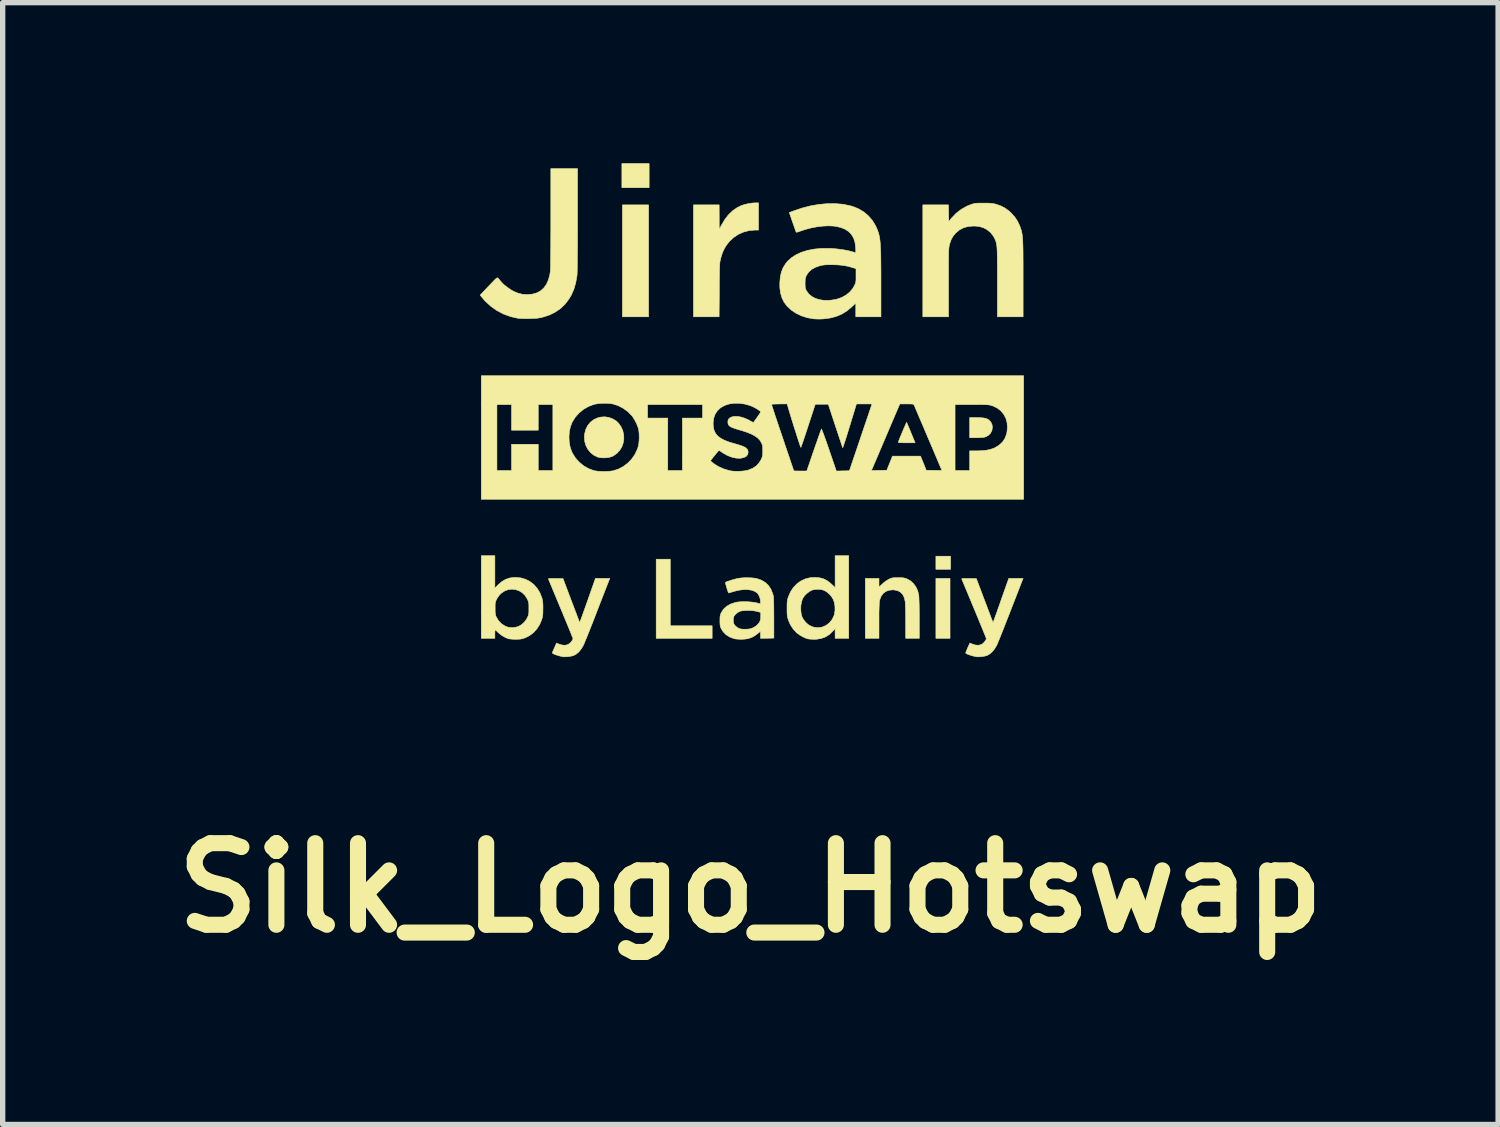
<source format=kicad_pcb>
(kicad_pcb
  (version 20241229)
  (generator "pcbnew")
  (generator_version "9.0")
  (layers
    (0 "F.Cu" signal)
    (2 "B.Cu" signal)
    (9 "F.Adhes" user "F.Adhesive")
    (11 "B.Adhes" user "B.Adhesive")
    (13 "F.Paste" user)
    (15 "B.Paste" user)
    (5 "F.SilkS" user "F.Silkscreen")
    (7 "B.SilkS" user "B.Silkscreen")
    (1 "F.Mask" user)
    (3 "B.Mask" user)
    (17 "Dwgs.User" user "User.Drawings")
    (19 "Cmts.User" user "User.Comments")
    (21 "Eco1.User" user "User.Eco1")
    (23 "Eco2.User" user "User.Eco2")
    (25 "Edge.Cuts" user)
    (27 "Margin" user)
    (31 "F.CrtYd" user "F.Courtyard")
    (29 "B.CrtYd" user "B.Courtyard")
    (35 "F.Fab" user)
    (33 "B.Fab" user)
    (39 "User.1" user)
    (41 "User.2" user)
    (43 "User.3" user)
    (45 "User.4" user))
  (footprint "Silk_Logo_Hotswap"
    (layer "F.Cu")
    (at 10.966 13.533)
    (property "Reference" "Silk_Logo_Hotswap" (at 0 0 0) (layer "F.SilkS") (effects (font (size 1.524 1.524) (thickness 0.3))))
    (attr through_hole)
    (fp_poly (pts (xy -1.902 -10.666) (xy -2.391 -10.666) (xy -2.391 -12.756) (xy -1.902 -12.756) (xy -1.902 -10.666)) (stroke (width 0.01) (type solid)) (fill yes) (layer "F.SilkS"))
    (fp_poly (pts (xy -1.892 -13.077) (xy -2.401 -13.077) (xy -2.401 -13.528) (xy -1.892 -13.528) (xy -1.892 -13.077)) (stroke (width 0.01) (type solid)) (fill yes) (layer "F.SilkS"))
    (fp_poly (pts (xy 3.728 -4.66) (xy 3.464 -4.66) (xy 3.464 -5.78) (xy 3.728 -5.78) (xy 3.728 -4.66)) (stroke (width 0.01) (type solid)) (fill yes) (layer "F.SilkS"))
    (fp_poly (pts (xy 3.738 -5.95) (xy 3.464 -5.95) (xy 3.464 -6.195) (xy 3.738 -6.195) (xy 3.738 -5.95)) (stroke (width 0.01) (type solid)) (fill yes) (layer "F.SilkS"))
    (fp_poly (pts (xy -1.497 -4.895) (xy -0.715 -4.895) (xy -0.715 -4.66) (xy -1.76 -4.66) (xy -1.76 -6.138) (xy -1.497 -6.138) (xy -1.497 -4.895)) (stroke (width 0.01) (type solid)) (fill yes) (layer "F.SilkS"))
    (fp_poly (pts (xy 4.294 -8.782) (xy 4.351 -8.777) (xy 4.396 -8.768) (xy 4.43 -8.755) (xy 4.458 -8.735) (xy 4.469 -8.725) (xy 4.499 -8.686) (xy 4.515 -8.644) (xy 4.519 -8.598) (xy 4.51 -8.541) (xy 4.485 -8.492) (xy 4.446 -8.452) (xy 4.395 -8.425) (xy 4.368 -8.417) (xy 4.342 -8.413) (xy 4.302 -8.41) (xy 4.255 -8.408) (xy 4.211 -8.407) (xy 4.095 -8.407) (xy 4.095 -8.784) (xy 4.221 -8.784) (xy 4.294 -8.782)) (stroke (width 0.01) (type solid)) (fill yes) (layer "F.SilkS"))
    (fp_poly (pts (xy 2.922 -8.684) (xy 2.933 -8.66) (xy 2.948 -8.623) (xy 2.968 -8.576) (xy 2.99 -8.523) (xy 2.999 -8.501) (xy 3.076 -8.313) (xy 2.916 -8.313) (xy 2.858 -8.313) (xy 2.816 -8.314) (xy 2.788 -8.315) (xy 2.771 -8.317) (xy 2.763 -8.321) (xy 2.762 -8.325) (xy 2.763 -8.329) (xy 2.777 -8.366) (xy 2.794 -8.41) (xy 2.815 -8.459) (xy 2.836 -8.51) (xy 2.857 -8.56) (xy 2.877 -8.606) (xy 2.894 -8.645) (xy 2.907 -8.675) (xy 2.915 -8.691) (xy 2.917 -8.694) (xy 2.922 -8.684)) (stroke (width 0.01) (type solid)) (fill yes) (layer "F.SilkS"))
    (fp_poly (pts (xy -2.642 -8.786) (xy -2.57 -8.759) (xy -2.505 -8.719) (xy -2.465 -8.681) (xy -2.417 -8.613) (xy -2.384 -8.54) (xy -2.367 -8.463) (xy -2.364 -8.386) (xy -2.376 -8.31) (xy -2.401 -8.238) (xy -2.441 -8.172) (xy -2.493 -8.116) (xy -2.558 -8.07) (xy -2.578 -8.06) (xy -2.626 -8.044) (xy -2.684 -8.034) (xy -2.746 -8.031) (xy -2.804 -8.035) (xy -2.852 -8.046) (xy -2.925 -8.081) (xy -2.987 -8.131) (xy -3.037 -8.193) (xy -3.074 -8.264) (xy -3.096 -8.342) (xy -3.102 -8.425) (xy -3.097 -8.477) (xy -3.076 -8.561) (xy -3.04 -8.634) (xy -2.99 -8.696) (xy -2.928 -8.744) (xy -2.855 -8.778) (xy -2.795 -8.793) (xy -2.719 -8.798) (xy -2.642 -8.786)) (stroke (width 0.01) (type solid)) (fill yes) (layer "F.SilkS"))
    (fp_poly (pts (xy 0.151 -12.286) (xy 0.089 -12.286) (xy -0.021 -12.277) (xy -0.126 -12.25) (xy -0.224 -12.207) (xy -0.313 -12.148) (xy -0.392 -12.075) (xy -0.453 -11.996) (xy -0.484 -11.944) (xy -0.51 -11.892) (xy -0.532 -11.834) (xy -0.553 -11.764) (xy -0.558 -11.745) (xy -0.562 -11.727) (xy -0.566 -11.71) (xy -0.569 -11.69) (xy -0.572 -11.668) (xy -0.574 -11.64) (xy -0.575 -11.605) (xy -0.577 -11.561) (xy -0.578 -11.507) (xy -0.579 -11.441) (xy -0.58 -11.361) (xy -0.581 -11.265) (xy -0.581 -11.168) (xy -0.585 -10.666) (xy -1.064 -10.666) (xy -1.064 -12.756) (xy -0.584 -12.756) (xy -0.583 -12.528) (xy -0.583 -12.3) (xy -0.543 -12.375) (xy -0.478 -12.484) (xy -0.407 -12.575) (xy -0.328 -12.65) (xy -0.241 -12.709) (xy -0.164 -12.746) (xy -0.102 -12.765) (xy -0.032 -12.781) (xy 0.038 -12.791) (xy 0.089 -12.794) (xy 0.151 -12.794) (xy 0.151 -12.286)) (stroke (width 0.01) (type solid)) (fill yes) (layer "F.SilkS"))
    (fp_poly (pts (xy 2.758 -5.794) (xy 2.81 -5.794) (xy 2.848 -5.791) (xy 2.878 -5.786) (xy 2.906 -5.778) (xy 2.921 -5.772) (xy 2.987 -5.736) (xy 3.044 -5.685) (xy 3.091 -5.621) (xy 3.125 -5.546) (xy 3.144 -5.47) (xy 3.146 -5.446) (xy 3.148 -5.405) (xy 3.15 -5.35) (xy 3.152 -5.282) (xy 3.153 -5.205) (xy 3.154 -5.12) (xy 3.154 -5.034) (xy 3.154 -4.66) (xy 2.9 -4.66) (xy 2.899 -4.973) (xy 2.899 -5.051) (xy 2.898 -5.126) (xy 2.897 -5.196) (xy 2.895 -5.256) (xy 2.893 -5.304) (xy 2.891 -5.339) (xy 2.89 -5.35) (xy 2.873 -5.422) (xy 2.844 -5.48) (xy 2.803 -5.522) (xy 2.751 -5.551) (xy 2.687 -5.564) (xy 2.654 -5.566) (xy 2.584 -5.558) (xy 2.524 -5.534) (xy 2.476 -5.496) (xy 2.439 -5.443) (xy 2.414 -5.376) (xy 2.41 -5.356) (xy 2.408 -5.335) (xy 2.406 -5.298) (xy 2.404 -5.247) (xy 2.402 -5.185) (xy 2.401 -5.115) (xy 2.401 -5.039) (xy 2.401 -4.984) (xy 2.401 -4.66) (xy 2.146 -4.66) (xy 2.146 -5.78) (xy 2.401 -5.78) (xy 2.401 -5.7) (xy 2.401 -5.664) (xy 2.402 -5.637) (xy 2.403 -5.622) (xy 2.403 -5.62) (xy 2.411 -5.626) (xy 2.429 -5.643) (xy 2.453 -5.666) (xy 2.465 -5.678) (xy 2.519 -5.723) (xy 2.576 -5.759) (xy 2.587 -5.765) (xy 2.616 -5.778) (xy 2.639 -5.786) (xy 2.664 -5.791) (xy 2.694 -5.794) (xy 2.735 -5.794) (xy 2.758 -5.794)) (stroke (width 0.01) (type solid)) (fill yes) (layer "F.SilkS"))
    (fp_poly (pts (xy -3.229 -12.476) (xy -3.229 -12.309) (xy -3.23 -12.154) (xy -3.23 -12.012) (xy -3.231 -11.884) (xy -3.232 -11.771) (xy -3.233 -11.672) (xy -3.234 -11.59) (xy -3.235 -11.524) (xy -3.237 -11.476) (xy -3.238 -11.445) (xy -3.239 -11.438) (xy -3.262 -11.305) (xy -3.296 -11.185) (xy -3.344 -11.075) (xy -3.394 -10.991) (xy -3.467 -10.897) (xy -3.553 -10.816) (xy -3.651 -10.75) (xy -3.761 -10.697) (xy -3.874 -10.661) (xy -3.914 -10.651) (xy -3.951 -10.644) (xy -3.99 -10.639) (xy -4.036 -10.636) (xy -4.093 -10.634) (xy -4.128 -10.633) (xy -4.186 -10.633) (xy -4.242 -10.633) (xy -4.291 -10.635) (xy -4.329 -10.637) (xy -4.344 -10.639) (xy -4.481 -10.67) (xy -4.612 -10.718) (xy -4.736 -10.783) (xy -4.849 -10.863) (xy -4.953 -10.958) (xy -5.012 -11.027) (xy -5.048 -11.071) (xy -4.907 -11.22) (xy -4.854 -11.275) (xy -4.813 -11.318) (xy -4.782 -11.351) (xy -4.759 -11.373) (xy -4.742 -11.387) (xy -4.73 -11.393) (xy -4.721 -11.393) (xy -4.714 -11.388) (xy -4.706 -11.379) (xy -4.697 -11.369) (xy -4.675 -11.343) (xy -4.655 -11.318) (xy -4.649 -11.312) (xy -4.626 -11.287) (xy -4.591 -11.256) (xy -4.548 -11.223) (xy -4.503 -11.19) (xy -4.46 -11.162) (xy -4.425 -11.142) (xy -4.339 -11.106) (xy -4.254 -11.086) (xy -4.168 -11.081) (xy -4.075 -11.089) (xy -3.992 -11.112) (xy -3.92 -11.15) (xy -3.86 -11.204) (xy -3.81 -11.272) (xy -3.773 -11.355) (xy -3.747 -11.451) (xy -3.738 -11.512) (xy -3.736 -11.535) (xy -3.735 -11.576) (xy -3.733 -11.633) (xy -3.732 -11.706) (xy -3.731 -11.793) (xy -3.73 -11.893) (xy -3.729 -12.006) (xy -3.729 -12.131) (xy -3.728 -12.265) (xy -3.728 -12.408) (xy -3.728 -12.514) (xy -3.728 -13.434) (xy -3.229 -13.434) (xy -3.229 -12.476)) (stroke (width 0.01) (type solid)) (fill yes) (layer "F.SilkS"))
    (fp_poly (pts (xy 1.836 -4.66) (xy 1.582 -4.66) (xy 1.581 -4.844) (xy 1.539 -4.795) (xy 1.473 -4.731) (xy 1.399 -4.685) (xy 1.317 -4.656) (xy 1.227 -4.643) (xy 1.194 -4.642) (xy 1.15 -4.644) (xy 1.11 -4.646) (xy 1.079 -4.65) (xy 1.071 -4.651) (xy 1.028 -4.666) (xy 0.977 -4.69) (xy 0.925 -4.72) (xy 0.878 -4.753) (xy 0.86 -4.768) (xy 0.798 -4.835) (xy 0.746 -4.915) (xy 0.709 -5.002) (xy 0.699 -5.034) (xy 0.692 -5.063) (xy 0.688 -5.091) (xy 0.685 -5.126) (xy 0.684 -5.17) (xy 0.684 -5.197) (xy 0.94 -5.197) (xy 0.947 -5.125) (xy 0.964 -5.062) (xy 0.969 -5.051) (xy 0.993 -5.01) (xy 1.027 -4.966) (xy 1.067 -4.927) (xy 1.1 -4.903) (xy 1.164 -4.874) (xy 1.235 -4.86) (xy 1.307 -4.864) (xy 1.343 -4.872) (xy 1.412 -4.902) (xy 1.472 -4.947) (xy 1.521 -5.005) (xy 1.557 -5.073) (xy 1.568 -5.107) (xy 1.58 -5.181) (xy 1.579 -5.258) (xy 1.566 -5.333) (xy 1.549 -5.383) (xy 1.517 -5.437) (xy 1.473 -5.488) (xy 1.422 -5.53) (xy 1.377 -5.556) (xy 1.325 -5.572) (xy 1.265 -5.577) (xy 1.202 -5.573) (xy 1.151 -5.561) (xy 1.102 -5.536) (xy 1.054 -5.499) (xy 1.01 -5.455) (xy 0.978 -5.407) (xy 0.975 -5.401) (xy 0.954 -5.341) (xy 0.942 -5.271) (xy 0.94 -5.197) (xy 0.684 -5.197) (xy 0.684 -5.22) (xy 0.684 -5.277) (xy 0.685 -5.32) (xy 0.688 -5.353) (xy 0.693 -5.382) (xy 0.7 -5.41) (xy 0.709 -5.437) (xy 0.749 -5.529) (xy 0.802 -5.61) (xy 0.867 -5.678) (xy 0.942 -5.732) (xy 1.027 -5.771) (xy 1.119 -5.794) (xy 1.196 -5.799) (xy 1.283 -5.793) (xy 1.358 -5.775) (xy 1.428 -5.741) (xy 1.494 -5.691) (xy 1.518 -5.669) (xy 1.582 -5.608) (xy 1.582 -6.204) (xy 1.836 -6.204) (xy 1.836 -4.66)) (stroke (width 0.01) (type solid)) (fill yes) (layer "F.SilkS"))
    (fp_poly (pts (xy -2.646 -5.731) (xy -2.653 -5.713) (xy -2.666 -5.68) (xy -2.685 -5.632) (xy -2.708 -5.572) (xy -2.736 -5.501) (xy -2.767 -5.421) (xy -2.801 -5.334) (xy -2.837 -5.241) (xy -2.875 -5.143) (xy -2.876 -5.139) (xy -2.914 -5.041) (xy -2.951 -4.946) (xy -2.987 -4.857) (xy -3.019 -4.774) (xy -3.049 -4.7) (xy -3.075 -4.637) (xy -3.096 -4.586) (xy -3.111 -4.549) (xy -3.121 -4.528) (xy -3.161 -4.461) (xy -3.207 -4.405) (xy -3.258 -4.363) (xy -3.301 -4.34) (xy -3.342 -4.329) (xy -3.391 -4.32) (xy -3.441 -4.316) (xy -3.485 -4.315) (xy -3.502 -4.317) (xy -3.551 -4.328) (xy -3.598 -4.341) (xy -3.64 -4.355) (xy -3.673 -4.368) (xy -3.694 -4.381) (xy -3.7 -4.389) (xy -3.696 -4.401) (xy -3.686 -4.426) (xy -3.672 -4.46) (xy -3.66 -4.486) (xy -3.621 -4.573) (xy -3.583 -4.556) (xy -3.521 -4.536) (xy -3.464 -4.531) (xy -3.413 -4.543) (xy -3.406 -4.546) (xy -3.38 -4.563) (xy -3.353 -4.589) (xy -3.331 -4.617) (xy -3.316 -4.643) (xy -3.314 -4.655) (xy -3.317 -4.666) (xy -3.328 -4.692) (xy -3.344 -4.733) (xy -3.365 -4.786) (xy -3.392 -4.851) (xy -3.422 -4.925) (xy -3.457 -5.008) (xy -3.494 -5.098) (xy -3.533 -5.193) (xy -3.541 -5.211) (xy -3.581 -5.307) (xy -3.619 -5.398) (xy -3.654 -5.483) (xy -3.686 -5.559) (xy -3.713 -5.626) (xy -3.737 -5.682) (xy -3.755 -5.725) (xy -3.767 -5.755) (xy -3.772 -5.768) (xy -3.773 -5.769) (xy -3.771 -5.774) (xy -3.759 -5.777) (xy -3.736 -5.779) (xy -3.699 -5.779) (xy -3.645 -5.778) (xy -3.639 -5.778) (xy -3.5 -5.776) (xy -3.346 -5.367) (xy -3.314 -5.284) (xy -3.285 -5.206) (xy -3.258 -5.136) (xy -3.235 -5.075) (xy -3.216 -5.024) (xy -3.201 -4.987) (xy -3.192 -4.963) (xy -3.189 -4.955) (xy -3.185 -4.963) (xy -3.176 -4.988) (xy -3.162 -5.026) (xy -3.143 -5.077) (xy -3.121 -5.139) (xy -3.096 -5.21) (xy -3.068 -5.288) (xy -3.04 -5.367) (xy -2.895 -5.78) (xy -2.627 -5.78) (xy -2.646 -5.731)) (stroke (width 0.01) (type solid)) (fill yes) (layer "F.SilkS"))
    (fp_poly (pts (xy 4.416 -12.789) (xy 4.464 -12.788) (xy 4.501 -12.785) (xy 4.532 -12.781) (xy 4.561 -12.775) (xy 4.589 -12.768) (xy 4.678 -12.736) (xy 4.755 -12.697) (xy 4.826 -12.645) (xy 4.873 -12.602) (xy 4.938 -12.529) (xy 4.988 -12.454) (xy 5.028 -12.369) (xy 5.042 -12.332) (xy 5.051 -12.305) (xy 5.059 -12.279) (xy 5.066 -12.252) (xy 5.072 -12.224) (xy 5.077 -12.192) (xy 5.081 -12.156) (xy 5.084 -12.115) (xy 5.087 -12.065) (xy 5.089 -12.007) (xy 5.091 -11.938) (xy 5.092 -11.858) (xy 5.092 -11.765) (xy 5.093 -11.658) (xy 5.093 -11.534) (xy 5.093 -11.394) (xy 5.093 -11.375) (xy 5.093 -10.666) (xy 4.613 -10.666) (xy 4.613 -11.309) (xy 4.613 -11.442) (xy 4.613 -11.558) (xy 4.612 -11.658) (xy 4.612 -11.743) (xy 4.61 -11.815) (xy 4.609 -11.876) (xy 4.607 -11.927) (xy 4.604 -11.969) (xy 4.6 -12.004) (xy 4.595 -12.033) (xy 4.589 -12.057) (xy 4.583 -12.079) (xy 4.575 -12.1) (xy 4.565 -12.12) (xy 4.556 -12.14) (xy 4.525 -12.191) (xy 4.485 -12.239) (xy 4.477 -12.247) (xy 4.416 -12.296) (xy 4.35 -12.33) (xy 4.277 -12.352) (xy 4.192 -12.361) (xy 4.163 -12.361) (xy 4.067 -12.353) (xy 3.981 -12.329) (xy 3.904 -12.289) (xy 3.836 -12.233) (xy 3.787 -12.174) (xy 3.75 -12.109) (xy 3.723 -12.033) (xy 3.718 -12.017) (xy 3.715 -12.002) (xy 3.712 -11.986) (xy 3.709 -11.969) (xy 3.707 -11.948) (xy 3.705 -11.922) (xy 3.703 -11.89) (xy 3.702 -11.851) (xy 3.701 -11.801) (xy 3.701 -11.742) (xy 3.7 -11.67) (xy 3.7 -11.584) (xy 3.7 -11.483) (xy 3.7 -11.365) (xy 3.7 -11.305) (xy 3.7 -10.666) (xy 3.22 -10.666) (xy 3.22 -12.756) (xy 3.699 -12.756) (xy 3.702 -12.602) (xy 3.705 -12.447) (xy 3.755 -12.508) (xy 3.841 -12.598) (xy 3.938 -12.673) (xy 4.045 -12.733) (xy 4.112 -12.76) (xy 4.143 -12.771) (xy 4.168 -12.778) (xy 4.193 -12.784) (xy 4.221 -12.787) (xy 4.256 -12.789) (xy 4.302 -12.789) (xy 4.354 -12.789) (xy 4.416 -12.789)) (stroke (width 0.01) (type solid)) (fill yes) (layer "F.SilkS"))
    (fp_poly (pts (xy 5.073 -5.731) (xy 5.066 -5.713) (xy 5.053 -5.68) (xy 5.035 -5.632) (xy 5.012 -5.572) (xy 4.984 -5.501) (xy 4.953 -5.421) (xy 4.919 -5.334) (xy 4.883 -5.241) (xy 4.845 -5.143) (xy 4.844 -5.139) (xy 4.805 -5.041) (xy 4.768 -4.946) (xy 4.733 -4.857) (xy 4.7 -4.774) (xy 4.671 -4.7) (xy 4.645 -4.637) (xy 4.624 -4.586) (xy 4.609 -4.549) (xy 4.599 -4.528) (xy 4.559 -4.461) (xy 4.512 -4.405) (xy 4.462 -4.363) (xy 4.419 -4.34) (xy 4.378 -4.329) (xy 4.329 -4.32) (xy 4.279 -4.316) (xy 4.235 -4.315) (xy 4.218 -4.317) (xy 4.169 -4.328) (xy 4.122 -4.341) (xy 4.08 -4.355) (xy 4.047 -4.368) (xy 4.026 -4.381) (xy 4.02 -4.389) (xy 4.024 -4.401) (xy 4.034 -4.426) (xy 4.048 -4.46) (xy 4.059 -4.486) (xy 4.099 -4.573) (xy 4.137 -4.556) (xy 4.199 -4.536) (xy 4.256 -4.531) (xy 4.307 -4.543) (xy 4.314 -4.546) (xy 4.34 -4.563) (xy 4.367 -4.589) (xy 4.389 -4.617) (xy 4.403 -4.643) (xy 4.406 -4.655) (xy 4.402 -4.666) (xy 4.392 -4.692) (xy 4.376 -4.733) (xy 4.354 -4.786) (xy 4.328 -4.851) (xy 4.297 -4.925) (xy 4.263 -5.008) (xy 4.226 -5.098) (xy 4.187 -5.193) (xy 4.179 -5.211) (xy 4.139 -5.307) (xy 4.101 -5.398) (xy 4.066 -5.483) (xy 4.034 -5.559) (xy 4.006 -5.626) (xy 3.983 -5.682) (xy 3.965 -5.725) (xy 3.953 -5.755) (xy 3.947 -5.768) (xy 3.947 -5.769) (xy 3.949 -5.774) (xy 3.96 -5.777) (xy 3.984 -5.779) (xy 4.021 -5.779) (xy 4.075 -5.778) (xy 4.081 -5.778) (xy 4.22 -5.776) (xy 4.374 -5.367) (xy 4.406 -5.284) (xy 4.435 -5.206) (xy 4.462 -5.136) (xy 4.485 -5.075) (xy 4.504 -5.024) (xy 4.519 -4.987) (xy 4.528 -4.963) (xy 4.531 -4.955) (xy 4.535 -4.963) (xy 4.544 -4.988) (xy 4.558 -5.026) (xy 4.576 -5.077) (xy 4.599 -5.139) (xy 4.624 -5.21) (xy 4.652 -5.288) (xy 4.679 -5.367) (xy 4.825 -5.78) (xy 4.959 -5.78) (xy 5.093 -5.78) (xy 5.073 -5.731)) (stroke (width 0.01) (type solid)) (fill yes) (layer "F.SilkS"))
    (fp_poly (pts (xy -4.773 -5.598) (xy -4.713 -5.659) (xy -4.645 -5.719) (xy -4.574 -5.761) (xy -4.498 -5.787) (xy -4.414 -5.799) (xy -4.387 -5.799) (xy -4.291 -5.79) (xy -4.202 -5.764) (xy -4.12 -5.723) (xy -4.046 -5.666) (xy -3.984 -5.596) (xy -3.933 -5.513) (xy -3.896 -5.42) (xy -3.891 -5.403) (xy -3.883 -5.368) (xy -3.878 -5.328) (xy -3.875 -5.279) (xy -3.875 -5.215) (xy -3.875 -5.211) (xy -3.876 -5.155) (xy -3.877 -5.113) (xy -3.881 -5.079) (xy -3.887 -5.049) (xy -3.896 -5.017) (xy -3.901 -5.002) (xy -3.938 -4.915) (xy -3.989 -4.837) (xy -4.051 -4.768) (xy -4.123 -4.713) (xy -4.202 -4.672) (xy -4.265 -4.652) (xy -4.301 -4.646) (xy -4.348 -4.643) (xy -4.401 -4.643) (xy -4.452 -4.645) (xy -4.495 -4.649) (xy -4.513 -4.652) (xy -4.564 -4.67) (xy -4.619 -4.699) (xy -4.673 -4.735) (xy -4.714 -4.771) (xy -4.738 -4.795) (xy -4.757 -4.812) (xy -4.768 -4.82) (xy -4.768 -4.82) (xy -4.77 -4.811) (xy -4.772 -4.788) (xy -4.773 -4.755) (xy -4.773 -4.74) (xy -4.773 -4.66) (xy -5.027 -4.66) (xy -5.027 -5.22) (xy -4.768 -5.22) (xy -4.768 -5.169) (xy -4.766 -5.133) (xy -4.762 -5.105) (xy -4.756 -5.082) (xy -4.747 -5.061) (xy -4.705 -4.99) (xy -4.65 -4.933) (xy -4.583 -4.89) (xy -4.535 -4.871) (xy -4.491 -4.863) (xy -4.437 -4.862) (xy -4.382 -4.869) (xy -4.334 -4.882) (xy -4.327 -4.885) (xy -4.273 -4.917) (xy -4.223 -4.963) (xy -4.182 -5.017) (xy -4.165 -5.049) (xy -4.153 -5.075) (xy -4.145 -5.098) (xy -4.141 -5.123) (xy -4.138 -5.155) (xy -4.138 -5.198) (xy -4.138 -5.22) (xy -4.138 -5.269) (xy -4.139 -5.304) (xy -4.143 -5.33) (xy -4.149 -5.352) (xy -4.159 -5.376) (xy -4.168 -5.396) (xy -4.209 -5.461) (xy -4.261 -5.512) (xy -4.321 -5.549) (xy -4.386 -5.571) (xy -4.453 -5.579) (xy -4.522 -5.571) (xy -4.588 -5.547) (xy -4.649 -5.507) (xy -4.672 -5.486) (xy -4.7 -5.454) (xy -4.727 -5.415) (xy -4.741 -5.389) (xy -4.753 -5.364) (xy -4.761 -5.342) (xy -4.765 -5.318) (xy -4.768 -5.288) (xy -4.768 -5.247) (xy -4.768 -5.22) (xy -5.027 -5.22) (xy -5.027 -6.204) (xy -4.773 -6.204) (xy -4.773 -5.598)) (stroke (width 0.01) (type solid)) (fill yes) (layer "F.SilkS"))
    (fp_poly (pts (xy 0.02 -5.79) (xy 0.078 -5.784) (xy 0.122 -5.776) (xy 0.207 -5.746) (xy 0.279 -5.703) (xy 0.337 -5.648) (xy 0.382 -5.579) (xy 0.416 -5.496) (xy 0.421 -5.477) (xy 0.426 -5.46) (xy 0.429 -5.44) (xy 0.432 -5.416) (xy 0.434 -5.385) (xy 0.435 -5.346) (xy 0.436 -5.296) (xy 0.437 -5.234) (xy 0.437 -5.158) (xy 0.438 -5.065) (xy 0.438 -5.041) (xy 0.438 -4.665) (xy 0.313 -4.662) (xy 0.188 -4.66) (xy 0.188 -4.792) (xy 0.136 -4.75) (xy 0.081 -4.709) (xy 0.029 -4.68) (xy -0.028 -4.66) (xy -0.044 -4.655) (xy -0.095 -4.647) (xy -0.156 -4.643) (xy -0.219 -4.644) (xy -0.277 -4.649) (xy -0.308 -4.656) (xy -0.388 -4.686) (xy -0.455 -4.728) (xy -0.509 -4.783) (xy -0.543 -4.838) (xy -0.556 -4.864) (xy -0.563 -4.888) (xy -0.567 -4.914) (xy -0.569 -4.949) (xy -0.57 -4.99) (xy -0.569 -5.001) (xy -0.32 -5.001) (xy -0.317 -4.962) (xy -0.308 -4.929) (xy -0.306 -4.924) (xy -0.282 -4.893) (xy -0.247 -4.864) (xy -0.207 -4.843) (xy -0.202 -4.841) (xy -0.171 -4.834) (xy -0.127 -4.831) (xy -0.078 -4.831) (xy -0.032 -4.834) (xy 0.006 -4.841) (xy 0.011 -4.842) (xy 0.066 -4.866) (xy 0.117 -4.901) (xy 0.156 -4.943) (xy 0.166 -4.958) (xy 0.18 -4.985) (xy 0.188 -5.012) (xy 0.191 -5.046) (xy 0.192 -5.072) (xy 0.193 -5.144) (xy 0.132 -5.162) (xy 0.082 -5.172) (xy 0.023 -5.179) (xy -0.04 -5.182) (xy -0.101 -5.18) (xy -0.154 -5.175) (xy -0.194 -5.166) (xy -0.241 -5.142) (xy -0.282 -5.106) (xy -0.31 -5.068) (xy -0.317 -5.039) (xy -0.32 -5.001) (xy -0.569 -5.001) (xy -0.569 -5.036) (xy -0.567 -5.07) (xy -0.562 -5.095) (xy -0.554 -5.119) (xy -0.543 -5.142) (xy -0.502 -5.206) (xy -0.445 -5.258) (xy -0.374 -5.299) (xy -0.287 -5.329) (xy -0.262 -5.335) (xy -0.208 -5.342) (xy -0.141 -5.345) (xy -0.069 -5.345) (xy 0.004 -5.34) (xy 0.071 -5.332) (xy 0.12 -5.322) (xy 0.188 -5.304) (xy 0.188 -5.351) (xy 0.183 -5.394) (xy 0.169 -5.439) (xy 0.149 -5.48) (xy 0.126 -5.509) (xy 0.126 -5.509) (xy 0.077 -5.54) (xy 0.016 -5.561) (xy -0.057 -5.571) (xy -0.138 -5.57) (xy -0.225 -5.558) (xy -0.317 -5.535) (xy -0.332 -5.53) (xy -0.367 -5.519) (xy -0.393 -5.511) (xy -0.407 -5.509) (xy -0.409 -5.509) (xy -0.415 -5.522) (xy -0.424 -5.547) (xy -0.435 -5.58) (xy -0.446 -5.617) (xy -0.456 -5.653) (xy -0.463 -5.682) (xy -0.467 -5.701) (xy -0.466 -5.705) (xy -0.455 -5.712) (xy -0.429 -5.723) (xy -0.392 -5.735) (xy -0.35 -5.749) (xy -0.305 -5.762) (xy -0.262 -5.773) (xy -0.226 -5.781) (xy -0.174 -5.788) (xy -0.111 -5.792) (xy -0.045 -5.792) (xy 0.02 -5.79)) (stroke (width 0.01) (type solid)) (fill yes) (layer "F.SilkS"))
    (fp_poly (pts (xy 1.721 -12.769) (xy 1.853 -12.743) (xy 1.911 -12.727) (xy 2.021 -12.682) (xy 2.12 -12.623) (xy 2.206 -12.549) (xy 2.28 -12.462) (xy 2.34 -12.362) (xy 2.366 -12.303) (xy 2.379 -12.27) (xy 2.39 -12.237) (xy 2.4 -12.203) (xy 2.408 -12.167) (xy 2.415 -12.127) (xy 2.421 -12.081) (xy 2.426 -12.029) (xy 2.429 -11.969) (xy 2.432 -11.898) (xy 2.435 -11.817) (xy 2.436 -11.723) (xy 2.437 -11.616) (xy 2.438 -11.493) (xy 2.438 -11.353) (xy 2.438 -11.285) (xy 2.438 -10.666) (xy 1.968 -10.666) (xy 1.968 -10.923) (xy 1.894 -10.853) (xy 1.805 -10.778) (xy 1.711 -10.719) (xy 1.609 -10.675) (xy 1.498 -10.645) (xy 1.374 -10.628) (xy 1.332 -10.625) (xy 1.282 -10.624) (xy 1.229 -10.625) (xy 1.183 -10.628) (xy 1.17 -10.629) (xy 1.055 -10.651) (xy 0.946 -10.687) (xy 0.847 -10.735) (xy 0.759 -10.795) (xy 0.685 -10.865) (xy 0.683 -10.866) (xy 0.628 -10.94) (xy 0.588 -11.021) (xy 0.562 -11.112) (xy 0.549 -11.213) (xy 0.549 -11.293) (xy 1.021 -11.293) (xy 1.022 -11.248) (xy 1.024 -11.217) (xy 1.029 -11.193) (xy 1.037 -11.171) (xy 1.05 -11.147) (xy 1.091 -11.091) (xy 1.147 -11.045) (xy 1.215 -11.009) (xy 1.293 -10.985) (xy 1.38 -10.973) (xy 1.473 -10.973) (xy 1.571 -10.986) (xy 1.616 -10.996) (xy 1.705 -11.027) (xy 1.785 -11.071) (xy 1.854 -11.127) (xy 1.91 -11.192) (xy 1.942 -11.248) (xy 1.954 -11.274) (xy 1.963 -11.296) (xy 1.968 -11.318) (xy 1.971 -11.345) (xy 1.972 -11.381) (xy 1.972 -11.431) (xy 1.972 -11.438) (xy 1.972 -11.565) (xy 1.903 -11.587) (xy 1.814 -11.611) (xy 1.724 -11.627) (xy 1.627 -11.636) (xy 1.518 -11.639) (xy 1.516 -11.639) (xy 1.453 -11.639) (xy 1.405 -11.637) (xy 1.366 -11.633) (xy 1.332 -11.628) (xy 1.298 -11.619) (xy 1.295 -11.619) (xy 1.211 -11.589) (xy 1.143 -11.551) (xy 1.09 -11.503) (xy 1.05 -11.445) (xy 1.048 -11.44) (xy 1.035 -11.413) (xy 1.028 -11.388) (xy 1.023 -11.361) (xy 1.022 -11.324) (xy 1.021 -11.293) (xy 0.549 -11.293) (xy 0.549 -11.307) (xy 0.558 -11.41) (xy 0.578 -11.501) (xy 0.61 -11.582) (xy 0.656 -11.656) (xy 0.693 -11.702) (xy 0.766 -11.769) (xy 0.854 -11.826) (xy 0.955 -11.872) (xy 1.069 -11.907) (xy 1.195 -11.931) (xy 1.332 -11.944) (xy 1.478 -11.944) (xy 1.478 -11.944) (xy 1.566 -11.939) (xy 1.657 -11.929) (xy 1.746 -11.916) (xy 1.829 -11.9) (xy 1.901 -11.882) (xy 1.954 -11.865) (xy 1.961 -11.864) (xy 1.966 -11.869) (xy 1.968 -11.883) (xy 1.967 -11.909) (xy 1.966 -11.951) (xy 1.965 -11.957) (xy 1.954 -12.051) (xy 1.929 -12.132) (xy 1.89 -12.2) (xy 1.837 -12.256) (xy 1.77 -12.301) (xy 1.688 -12.334) (xy 1.592 -12.356) (xy 1.546 -12.361) (xy 1.455 -12.365) (xy 1.353 -12.36) (xy 1.244 -12.347) (xy 1.134 -12.326) (xy 1.027 -12.298) (xy 0.928 -12.265) (xy 0.923 -12.263) (xy 0.892 -12.252) (xy 0.868 -12.246) (xy 0.856 -12.246) (xy 0.856 -12.246) (xy 0.851 -12.256) (xy 0.841 -12.282) (xy 0.828 -12.32) (xy 0.811 -12.368) (xy 0.792 -12.422) (xy 0.788 -12.433) (xy 0.726 -12.613) (xy 0.813 -12.646) (xy 0.967 -12.698) (xy 1.123 -12.738) (xy 1.279 -12.765) (xy 1.432 -12.779) (xy 1.58 -12.78) (xy 1.721 -12.769)) (stroke (width 0.01) (type solid)) (fill yes) (layer "F.SilkS"))
    (fp_poly (pts (xy 5.103 -7.258) (xy -5.027 -7.258) (xy -5.027 -9.028) (xy -4.735 -9.028) (xy -4.735 -7.795) (xy -4.462 -7.795) (xy -4.462 -8.285) (xy -3.963 -8.285) (xy -3.963 -7.795) (xy -3.69 -7.795) (xy -3.69 -8.424) (xy -3.389 -8.424) (xy -3.384 -8.326) (xy -3.367 -8.231) (xy -3.337 -8.145) (xy -3.323 -8.117) (xy -3.266 -8.027) (xy -3.195 -7.949) (xy -3.114 -7.882) (xy -3.024 -7.831) (xy -2.928 -7.795) (xy -2.913 -7.791) (xy -2.869 -7.784) (xy -2.812 -7.779) (xy -2.748 -7.777) (xy -2.684 -7.778) (xy -2.624 -7.782) (xy -2.575 -7.788) (xy -2.563 -7.79) (xy -2.463 -7.823) (xy -2.371 -7.872) (xy -2.287 -7.936) (xy -2.215 -8.012) (xy -2.156 -8.098) (xy -2.111 -8.194) (xy -2.094 -8.247) (xy -2.085 -8.295) (xy -2.079 -8.355) (xy -2.077 -8.42) (xy -2.079 -8.483) (xy -2.084 -8.539) (xy -2.089 -8.567) (xy -2.106 -8.621) (xy -2.132 -8.682) (xy -2.164 -8.743) (xy -2.197 -8.796) (xy -2.214 -8.818) (xy -2.29 -8.895) (xy -2.377 -8.958) (xy -2.474 -9.008) (xy -2.535 -9.028) (xy -1.921 -9.028) (xy -1.921 -8.774) (xy -1.544 -8.774) (xy -1.544 -7.795) (xy -1.271 -7.795) (xy -1.271 -7.977) (xy -0.744 -7.977) (xy -0.736 -7.966) (xy -0.716 -7.948) (xy -0.686 -7.925) (xy -0.649 -7.901) (xy -0.611 -7.877) (xy -0.593 -7.867) (xy -0.501 -7.826) (xy -0.403 -7.796) (xy -0.353 -7.786) (xy -0.297 -7.781) (xy -0.233 -7.78) (xy -0.166 -7.783) (xy -0.102 -7.79) (xy -0.05 -7.8) (xy -0.038 -7.804) (xy 0.044 -7.837) (xy 0.111 -7.882) (xy 0.164 -7.94) (xy 0.201 -8.002) (xy 0.214 -8.032) (xy 0.223 -8.057) (xy 0.228 -8.083) (xy 0.23 -8.116) (xy 0.23 -8.162) (xy 0.23 -8.209) (xy 0.228 -8.242) (xy 0.223 -8.267) (xy 0.215 -8.291) (xy 0.204 -8.315) (xy 0.176 -8.361) (xy 0.137 -8.402) (xy 0.086 -8.439) (xy 0.021 -8.474) (xy -0.059 -8.507) (xy -0.156 -8.539) (xy -0.188 -8.548) (xy -0.258 -8.569) (xy -0.312 -8.587) (xy -0.353 -8.603) (xy -0.381 -8.619) (xy -0.401 -8.635) (xy -0.412 -8.654) (xy -0.419 -8.677) (xy -0.421 -8.689) (xy -0.419 -8.73) (xy -0.402 -8.763) (xy -0.372 -8.786) (xy -0.331 -8.801) (xy -0.281 -8.807) (xy -0.224 -8.803) (xy -0.161 -8.79) (xy -0.096 -8.768) (xy -0.028 -8.736) (xy -0.005 -8.722) (xy 0.023 -8.707) (xy 0.045 -8.696) (xy 0.056 -8.694) (xy 0.056 -8.694) (xy 0.064 -8.703) (xy 0.079 -8.723) (xy 0.1 -8.752) (xy 0.124 -8.785) (xy 0.147 -8.819) (xy 0.169 -8.851) (xy 0.185 -8.875) (xy 0.191 -8.884) (xy 0.188 -8.896) (xy 0.17 -8.912) (xy 0.142 -8.933) (xy 0.106 -8.955) (xy 0.065 -8.977) (xy 0.022 -8.997) (xy -0.014 -9.011) (xy -0.066 -9.025) (xy 0.395 -9.025) (xy 0.398 -9.014) (xy 0.407 -8.987) (xy 0.421 -8.945) (xy 0.439 -8.89) (xy 0.461 -8.822) (xy 0.487 -8.745) (xy 0.516 -8.658) (xy 0.548 -8.564) (xy 0.582 -8.464) (xy 0.603 -8.402) (xy 0.637 -8.3) (xy 0.67 -8.202) (xy 0.701 -8.112) (xy 0.729 -8.03) (xy 0.753 -7.957) (xy 0.774 -7.896) (xy 0.791 -7.847) (xy 0.802 -7.812) (xy 0.809 -7.793) (xy 0.81 -7.789) (xy 0.818 -7.788) (xy 0.843 -7.787) (xy 0.879 -7.786) (xy 0.923 -7.786) (xy 0.931 -7.786) (xy 1.053 -7.786) (xy 1.076 -7.854) (xy 1.108 -7.947) (xy 1.139 -8.039) (xy 1.17 -8.129) (xy 1.2 -8.216) (xy 1.229 -8.297) (xy 1.254 -8.371) (xy 1.277 -8.436) (xy 1.296 -8.49) (xy 1.312 -8.531) (xy 1.322 -8.558) (xy 1.327 -8.57) (xy 1.327 -8.57) (xy 1.331 -8.563) (xy 1.341 -8.539) (xy 1.355 -8.502) (xy 1.374 -8.452) (xy 1.396 -8.391) (xy 1.421 -8.321) (xy 1.448 -8.243) (xy 1.469 -8.181) (xy 1.605 -7.785) (xy 1.727 -7.788) (xy 1.848 -7.79) (xy 1.85 -7.795) (xy 2.259 -7.795) (xy 2.547 -7.8) (xy 2.653 -8.063) (xy 3.177 -8.063) (xy 3.231 -7.932) (xy 3.284 -7.8) (xy 3.43 -7.797) (xy 3.577 -7.795) (xy 3.536 -7.891) (xy 3.522 -7.925) (xy 3.502 -7.971) (xy 3.478 -8.029) (xy 3.449 -8.096) (xy 3.418 -8.171) (xy 3.383 -8.252) (xy 3.347 -8.336) (xy 3.31 -8.423) (xy 3.273 -8.51) (xy 3.237 -8.596) (xy 3.201 -8.679) (xy 3.168 -8.756) (xy 3.138 -8.827) (xy 3.112 -8.889) (xy 3.089 -8.941) (xy 3.073 -8.98) (xy 3.062 -9.006) (xy 3.058 -9.015) (xy 3.053 -9.024) (xy 3.048 -9.028) (xy 3.822 -9.028) (xy 3.822 -7.795) (xy 4.095 -7.795) (xy 4.095 -8.162) (xy 4.226 -8.162) (xy 4.322 -8.165) (xy 4.404 -8.173) (xy 4.474 -8.187) (xy 4.537 -8.208) (xy 4.572 -8.223) (xy 4.647 -8.27) (xy 4.709 -8.328) (xy 4.754 -8.396) (xy 4.784 -8.475) (xy 4.791 -8.505) (xy 4.8 -8.6) (xy 4.793 -8.69) (xy 4.77 -8.772) (xy 4.731 -8.845) (xy 4.679 -8.908) (xy 4.613 -8.96) (xy 4.534 -8.999) (xy 4.486 -9.014) (xy 4.466 -9.018) (xy 4.441 -9.022) (xy 4.408 -9.024) (xy 4.366 -9.026) (xy 4.312 -9.027) (xy 4.245 -9.028) (xy 4.161 -9.028) (xy 4.126 -9.028) (xy 3.822 -9.028) (xy 3.048 -9.028) (xy 3.046 -9.03) (xy 3.034 -9.034) (xy 3.014 -9.037) (xy 2.983 -9.038) (xy 2.937 -9.038) (xy 2.918 -9.038) (xy 2.79 -9.038) (xy 2.546 -8.466) (xy 2.504 -8.366) (xy 2.463 -8.271) (xy 2.425 -8.181) (xy 2.39 -8.098) (xy 2.358 -8.024) (xy 2.331 -7.961) (xy 2.309 -7.909) (xy 2.293 -7.871) (xy 2.283 -7.848) (xy 2.281 -7.844) (xy 2.259 -7.795) (xy 1.85 -7.795) (xy 2.053 -8.393) (xy 2.087 -8.495) (xy 2.12 -8.593) (xy 2.151 -8.684) (xy 2.18 -8.768) (xy 2.205 -8.842) (xy 2.226 -8.905) (xy 2.243 -8.955) (xy 2.255 -8.991) (xy 2.262 -9.012) (xy 2.264 -9.017) (xy 2.27 -9.038) (xy 1.98 -9.038) (xy 1.854 -8.624) (xy 1.828 -8.54) (xy 1.804 -8.462) (xy 1.782 -8.392) (xy 1.762 -8.332) (xy 1.746 -8.283) (xy 1.734 -8.247) (xy 1.726 -8.226) (xy 1.723 -8.221) (xy 1.719 -8.232) (xy 1.71 -8.259) (xy 1.696 -8.301) (xy 1.679 -8.354) (xy 1.657 -8.418) (xy 1.633 -8.491) (xy 1.607 -8.57) (xy 1.586 -8.633) (xy 1.454 -9.033) (xy 1.211 -9.033) (xy 1.08 -8.633) (xy 1.053 -8.55) (xy 1.027 -8.472) (xy 1.004 -8.402) (xy 0.983 -8.341) (xy 0.966 -8.291) (xy 0.953 -8.254) (xy 0.945 -8.232) (xy 0.942 -8.226) (xy 0.939 -8.233) (xy 0.93 -8.256) (xy 0.917 -8.294) (xy 0.901 -8.342) (xy 0.882 -8.4) (xy 0.861 -8.466) (xy 0.839 -8.537) (xy 0.815 -8.61) (xy 0.792 -8.685) (xy 0.769 -8.758) (xy 0.748 -8.828) (xy 0.728 -8.893) (xy 0.711 -8.95) (xy 0.698 -8.997) (xy 0.695 -9.007) (xy 0.686 -9.038) (xy 0.541 -9.038) (xy 0.484 -9.037) (xy 0.443 -9.036) (xy 0.416 -9.034) (xy 0.401 -9.031) (xy 0.396 -9.026) (xy 0.395 -9.025) (xy -0.066 -9.025) (xy -0.114 -9.038) (xy -0.213 -9.051) (xy -0.309 -9.051) (xy -0.4 -9.037) (xy -0.482 -9.01) (xy -0.553 -8.97) (xy -0.56 -8.965) (xy -0.618 -8.91) (xy -0.66 -8.845) (xy -0.686 -8.771) (xy -0.696 -8.686) (xy -0.697 -8.671) (xy -0.692 -8.6) (xy -0.676 -8.539) (xy -0.649 -8.485) (xy -0.609 -8.438) (xy -0.555 -8.397) (xy -0.485 -8.36) (xy -0.399 -8.327) (xy -0.301 -8.298) (xy -0.223 -8.276) (xy -0.162 -8.255) (xy -0.116 -8.236) (xy -0.082 -8.216) (xy -0.061 -8.195) (xy -0.048 -8.171) (xy -0.043 -8.143) (xy -0.043 -8.133) (xy -0.051 -8.094) (xy -0.076 -8.062) (xy -0.117 -8.04) (xy -0.174 -8.026) (xy -0.191 -8.024) (xy -0.266 -8.026) (xy -0.347 -8.044) (xy -0.43 -8.076) (xy -0.512 -8.122) (xy -0.54 -8.141) (xy -0.567 -8.159) (xy -0.584 -8.166) (xy -0.594 -8.164) (xy -0.598 -8.161) (xy -0.62 -8.136) (xy -0.646 -8.104) (xy -0.673 -8.071) (xy -0.7 -8.038) (xy -0.722 -8.009) (xy -0.737 -7.988) (xy -0.744 -7.977) (xy -0.744 -7.977) (xy -1.271 -7.977) (xy -1.271 -8.774) (xy -0.894 -8.774) (xy -0.894 -9.028) (xy -1.921 -9.028) (xy -2.535 -9.028) (xy -2.551 -9.034) (xy -2.611 -9.045) (xy -2.682 -9.051) (xy -2.759 -9.051) (xy -2.833 -9.046) (xy -2.9 -9.035) (xy -2.923 -9.03) (xy -3.025 -8.991) (xy -3.119 -8.937) (xy -3.202 -8.868) (xy -3.274 -8.787) (xy -3.33 -8.696) (xy -3.362 -8.613) (xy -3.382 -8.521) (xy -3.389 -8.424) (xy -3.69 -8.424) (xy -3.69 -9.028) (xy -3.963 -9.028) (xy -3.963 -8.548) (xy -4.462 -8.548) (xy -4.462 -9.028) (xy -4.735 -9.028) (xy -5.027 -9.028) (xy -5.027 -9.565) (xy 5.103 -9.565) (xy 5.103 -7.258)) (stroke (width 0.01) (type solid)) (fill yes) (layer "F.SilkS")))
  (gr_rect
    (start -3 -3)
    (end 24.931 17.952)
    (stroke (width 0.1) (type default))
    (fill no)
    (layer "Edge.Cuts")))
</source>
